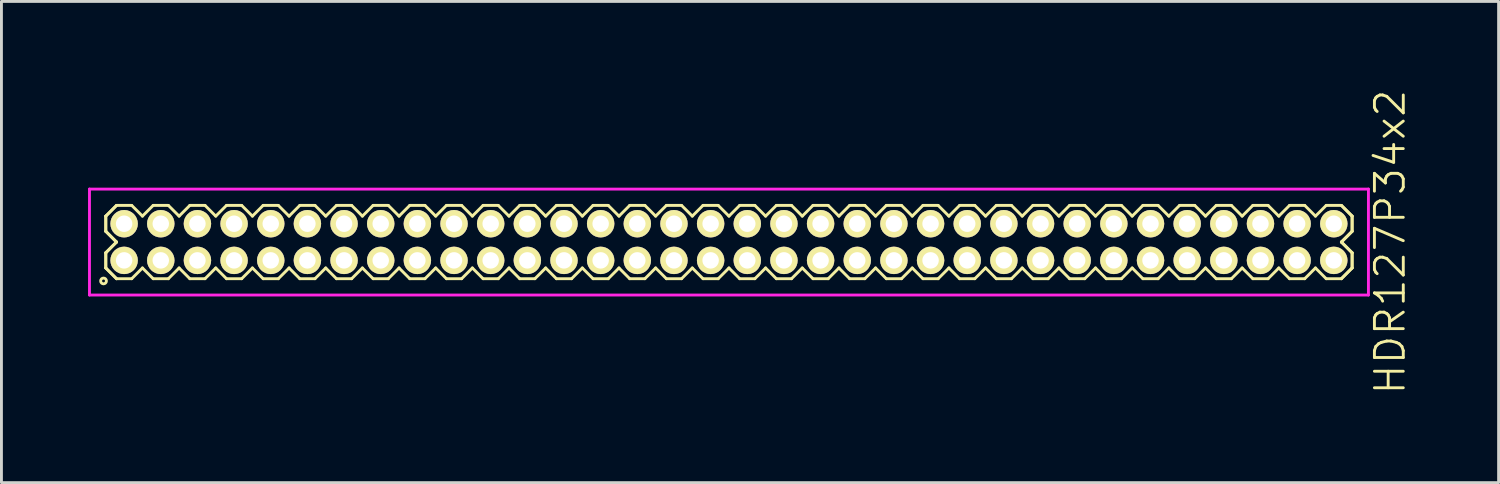
<source format=kicad_pcb>
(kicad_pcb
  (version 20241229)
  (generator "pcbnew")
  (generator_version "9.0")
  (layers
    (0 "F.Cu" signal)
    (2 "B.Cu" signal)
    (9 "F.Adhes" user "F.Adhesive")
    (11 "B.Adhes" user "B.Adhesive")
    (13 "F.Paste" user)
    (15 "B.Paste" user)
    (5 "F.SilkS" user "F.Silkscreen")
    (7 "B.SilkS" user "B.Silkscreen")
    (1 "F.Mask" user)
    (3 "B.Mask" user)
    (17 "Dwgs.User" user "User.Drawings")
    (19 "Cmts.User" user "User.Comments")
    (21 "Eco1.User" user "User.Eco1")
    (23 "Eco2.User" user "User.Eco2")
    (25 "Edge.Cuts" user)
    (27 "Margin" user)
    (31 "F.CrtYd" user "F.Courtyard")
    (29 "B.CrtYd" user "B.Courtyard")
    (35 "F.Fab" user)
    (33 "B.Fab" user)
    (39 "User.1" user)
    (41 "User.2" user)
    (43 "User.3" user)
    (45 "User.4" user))
  (footprint "HDR127P34x2"
    (layer "F.Cu")
    (at 22.205 5.336)
    (property "Reference" "HDR127P34x2" (at 22.905 0 90) (layer "F.SilkS") (effects (font (size 1 1) (thickness 0.1))))
    (attr through_hole)
    (fp_line (start -21.59 -0.898) (end -21.218 -1.27) (stroke (width 0.1) (type solid)) (layer "F.SilkS"))
    (fp_line (start -21.59 -0.898) (end -21.218 -1.27) (stroke (width 0.1) (type solid)) (layer "F.SilkS"))
    (fp_line (start -21.59 -0.372) (end -21.59 -0.898) (stroke (width 0.1) (type solid)) (layer "F.SilkS"))
    (fp_line (start -21.59 -0.372) (end -21.59 -0.898) (stroke (width 0.1) (type solid)) (layer "F.SilkS"))
    (fp_line (start -21.59 0.372) (end -21.218 0) (stroke (width 0.1) (type solid)) (layer "F.SilkS"))
    (fp_line (start -21.59 0.372) (end -21.218 0) (stroke (width 0.1) (type solid)) (layer "F.SilkS"))
    (fp_line (start -21.59 0.898) (end -21.59 0.372) (stroke (width 0.1) (type solid)) (layer "F.SilkS"))
    (fp_line (start -21.59 0.898) (end -21.59 0.372) (stroke (width 0.1) (type solid)) (layer "F.SilkS"))
    (fp_line (start -21.218 -1.27) (end -20.692 -1.27) (stroke (width 0.1) (type solid)) (layer "F.SilkS"))
    (fp_line (start -21.218 0) (end -21.59 -0.372) (stroke (width 0.1) (type solid)) (layer "F.SilkS"))
    (fp_line (start -21.218 0) (end -21.59 -0.372) (stroke (width 0.1) (type solid)) (layer "F.SilkS"))
    (fp_line (start -21.218 1.27) (end -21.59 0.898) (stroke (width 0.1) (type solid)) (layer "F.SilkS"))
    (fp_line (start -21.218 1.27) (end -21.59 0.898) (stroke (width 0.1) (type solid)) (layer "F.SilkS"))
    (fp_line (start -20.692 -1.27) (end -20.32 -0.898) (stroke (width 0.1) (type solid)) (layer "F.SilkS"))
    (fp_line (start -20.692 1.27) (end -21.218 1.27) (stroke (width 0.1) (type solid)) (layer "F.SilkS"))
    (fp_line (start -20.32 -0.898) (end -19.948 -1.27) (stroke (width 0.1) (type solid)) (layer "F.SilkS"))
    (fp_line (start -20.32 0.898) (end -20.692 1.27) (stroke (width 0.1) (type solid)) (layer "F.SilkS"))
    (fp_line (start -19.948 -1.27) (end -19.422 -1.27) (stroke (width 0.1) (type solid)) (layer "F.SilkS"))
    (fp_line (start -19.948 1.27) (end -20.32 0.898) (stroke (width 0.1) (type solid)) (layer "F.SilkS"))
    (fp_line (start -19.422 -1.27) (end -19.05 -0.898) (stroke (width 0.1) (type solid)) (layer "F.SilkS"))
    (fp_line (start -19.422 1.27) (end -19.948 1.27) (stroke (width 0.1) (type solid)) (layer "F.SilkS"))
    (fp_line (start -19.05 -0.898) (end -18.678 -1.27) (stroke (width 0.1) (type solid)) (layer "F.SilkS"))
    (fp_line (start -19.05 0.898) (end -19.422 1.27) (stroke (width 0.1) (type solid)) (layer "F.SilkS"))
    (fp_line (start -18.678 -1.27) (end -18.152 -1.27) (stroke (width 0.1) (type solid)) (layer "F.SilkS"))
    (fp_line (start -18.678 1.27) (end -19.05 0.898) (stroke (width 0.1) (type solid)) (layer "F.SilkS"))
    (fp_line (start -18.152 -1.27) (end -17.78 -0.898) (stroke (width 0.1) (type solid)) (layer "F.SilkS"))
    (fp_line (start -18.152 1.27) (end -18.678 1.27) (stroke (width 0.1) (type solid)) (layer "F.SilkS"))
    (fp_line (start -17.78 -0.898) (end -17.408 -1.27) (stroke (width 0.1) (type solid)) (layer "F.SilkS"))
    (fp_line (start -17.78 0.898) (end -18.152 1.27) (stroke (width 0.1) (type solid)) (layer "F.SilkS"))
    (fp_line (start -17.408 -1.27) (end -16.882 -1.27) (stroke (width 0.1) (type solid)) (layer "F.SilkS"))
    (fp_line (start -17.408 1.27) (end -17.78 0.898) (stroke (width 0.1) (type solid)) (layer "F.SilkS"))
    (fp_line (start -16.882 -1.27) (end -16.51 -0.898) (stroke (width 0.1) (type solid)) (layer "F.SilkS"))
    (fp_line (start -16.882 1.27) (end -17.408 1.27) (stroke (width 0.1) (type solid)) (layer "F.SilkS"))
    (fp_line (start -16.51 -0.898) (end -16.138 -1.27) (stroke (width 0.1) (type solid)) (layer "F.SilkS"))
    (fp_line (start -16.51 0.898) (end -16.882 1.27) (stroke (width 0.1) (type solid)) (layer "F.SilkS"))
    (fp_line (start -16.138 -1.27) (end -15.612 -1.27) (stroke (width 0.1) (type solid)) (layer "F.SilkS"))
    (fp_line (start -16.138 1.27) (end -16.51 0.898) (stroke (width 0.1) (type solid)) (layer "F.SilkS"))
    (fp_line (start -15.612 -1.27) (end -15.24 -0.898) (stroke (width 0.1) (type solid)) (layer "F.SilkS"))
    (fp_line (start -15.612 1.27) (end -16.138 1.27) (stroke (width 0.1) (type solid)) (layer "F.SilkS"))
    (fp_line (start -15.24 -0.898) (end -14.868 -1.27) (stroke (width 0.1) (type solid)) (layer "F.SilkS"))
    (fp_line (start -15.24 0.898) (end -15.612 1.27) (stroke (width 0.1) (type solid)) (layer "F.SilkS"))
    (fp_line (start -14.868 -1.27) (end -14.342 -1.27) (stroke (width 0.1) (type solid)) (layer "F.SilkS"))
    (fp_line (start -14.868 1.27) (end -15.24 0.898) (stroke (width 0.1) (type solid)) (layer "F.SilkS"))
    (fp_line (start -14.342 -1.27) (end -13.97 -0.898) (stroke (width 0.1) (type solid)) (layer "F.SilkS"))
    (fp_line (start -14.342 1.27) (end -14.868 1.27) (stroke (width 0.1) (type solid)) (layer "F.SilkS"))
    (fp_line (start -13.97 -0.898) (end -13.598 -1.27) (stroke (width 0.1) (type solid)) (layer "F.SilkS"))
    (fp_line (start -13.97 0.898) (end -14.342 1.27) (stroke (width 0.1) (type solid)) (layer "F.SilkS"))
    (fp_line (start -13.598 -1.27) (end -13.072 -1.27) (stroke (width 0.1) (type solid)) (layer "F.SilkS"))
    (fp_line (start -13.598 1.27) (end -13.97 0.898) (stroke (width 0.1) (type solid)) (layer "F.SilkS"))
    (fp_line (start -13.072 -1.27) (end -12.7 -0.898) (stroke (width 0.1) (type solid)) (layer "F.SilkS"))
    (fp_line (start -13.072 1.27) (end -13.598 1.27) (stroke (width 0.1) (type solid)) (layer "F.SilkS"))
    (fp_line (start -12.7 -0.898) (end -12.328 -1.27) (stroke (width 0.1) (type solid)) (layer "F.SilkS"))
    (fp_line (start -12.7 0.898) (end -13.072 1.27) (stroke (width 0.1) (type solid)) (layer "F.SilkS"))
    (fp_line (start -12.328 -1.27) (end -11.802 -1.27) (stroke (width 0.1) (type solid)) (layer "F.SilkS"))
    (fp_line (start -12.328 1.27) (end -12.7 0.898) (stroke (width 0.1) (type solid)) (layer "F.SilkS"))
    (fp_line (start -11.802 -1.27) (end -11.43 -0.898) (stroke (width 0.1) (type solid)) (layer "F.SilkS"))
    (fp_line (start -11.802 1.27) (end -12.328 1.27) (stroke (width 0.1) (type solid)) (layer "F.SilkS"))
    (fp_line (start -11.43 -0.898) (end -11.058 -1.27) (stroke (width 0.1) (type solid)) (layer "F.SilkS"))
    (fp_line (start -11.43 0.898) (end -11.802 1.27) (stroke (width 0.1) (type solid)) (layer "F.SilkS"))
    (fp_line (start -11.058 -1.27) (end -10.532 -1.27) (stroke (width 0.1) (type solid)) (layer "F.SilkS"))
    (fp_line (start -11.058 1.27) (end -11.43 0.898) (stroke (width 0.1) (type solid)) (layer "F.SilkS"))
    (fp_line (start -10.532 -1.27) (end -10.16 -0.898) (stroke (width 0.1) (type solid)) (layer "F.SilkS"))
    (fp_line (start -10.532 1.27) (end -11.058 1.27) (stroke (width 0.1) (type solid)) (layer "F.SilkS"))
    (fp_line (start -10.16 -0.898) (end -9.788 -1.27) (stroke (width 0.1) (type solid)) (layer "F.SilkS"))
    (fp_line (start -10.16 0.898) (end -10.532 1.27) (stroke (width 0.1) (type solid)) (layer "F.SilkS"))
    (fp_line (start -9.788 -1.27) (end -9.262 -1.27) (stroke (width 0.1) (type solid)) (layer "F.SilkS"))
    (fp_line (start -9.788 1.27) (end -10.16 0.898) (stroke (width 0.1) (type solid)) (layer "F.SilkS"))
    (fp_line (start -9.262 -1.27) (end -8.89 -0.898) (stroke (width 0.1) (type solid)) (layer "F.SilkS"))
    (fp_line (start -9.262 1.27) (end -9.788 1.27) (stroke (width 0.1) (type solid)) (layer "F.SilkS"))
    (fp_line (start -8.89 -0.898) (end -8.518 -1.27) (stroke (width 0.1) (type solid)) (layer "F.SilkS"))
    (fp_line (start -8.89 0.898) (end -9.262 1.27) (stroke (width 0.1) (type solid)) (layer "F.SilkS"))
    (fp_line (start -8.518 -1.27) (end -7.992 -1.27) (stroke (width 0.1) (type solid)) (layer "F.SilkS"))
    (fp_line (start -8.518 1.27) (end -8.89 0.898) (stroke (width 0.1) (type solid)) (layer "F.SilkS"))
    (fp_line (start -7.992 -1.27) (end -7.62 -0.898) (stroke (width 0.1) (type solid)) (layer "F.SilkS"))
    (fp_line (start -7.992 1.27) (end -8.518 1.27) (stroke (width 0.1) (type solid)) (layer "F.SilkS"))
    (fp_line (start -7.62 -0.898) (end -7.248 -1.27) (stroke (width 0.1) (type solid)) (layer "F.SilkS"))
    (fp_line (start -7.62 0.898) (end -7.992 1.27) (stroke (width 0.1) (type solid)) (layer "F.SilkS"))
    (fp_line (start -7.248 -1.27) (end -6.722 -1.27) (stroke (width 0.1) (type solid)) (layer "F.SilkS"))
    (fp_line (start -7.248 1.27) (end -7.62 0.898) (stroke (width 0.1) (type solid)) (layer "F.SilkS"))
    (fp_line (start -6.722 -1.27) (end -6.35 -0.898) (stroke (width 0.1) (type solid)) (layer "F.SilkS"))
    (fp_line (start -6.722 1.27) (end -7.248 1.27) (stroke (width 0.1) (type solid)) (layer "F.SilkS"))
    (fp_line (start -6.35 -0.898) (end -5.978 -1.27) (stroke (width 0.1) (type solid)) (layer "F.SilkS"))
    (fp_line (start -6.35 0.898) (end -6.722 1.27) (stroke (width 0.1) (type solid)) (layer "F.SilkS"))
    (fp_line (start -5.978 -1.27) (end -5.452 -1.27) (stroke (width 0.1) (type solid)) (layer "F.SilkS"))
    (fp_line (start -5.978 1.27) (end -6.35 0.898) (stroke (width 0.1) (type solid)) (layer "F.SilkS"))
    (fp_line (start -5.452 -1.27) (end -5.08 -0.898) (stroke (width 0.1) (type solid)) (layer "F.SilkS"))
    (fp_line (start -5.452 1.27) (end -5.978 1.27) (stroke (width 0.1) (type solid)) (layer "F.SilkS"))
    (fp_line (start -5.08 -0.898) (end -4.708 -1.27) (stroke (width 0.1) (type solid)) (layer "F.SilkS"))
    (fp_line (start -5.08 0.898) (end -5.452 1.27) (stroke (width 0.1) (type solid)) (layer "F.SilkS"))
    (fp_line (start -4.708 -1.27) (end -4.182 -1.27) (stroke (width 0.1) (type solid)) (layer "F.SilkS"))
    (fp_line (start -4.708 1.27) (end -5.08 0.898) (stroke (width 0.1) (type solid)) (layer "F.SilkS"))
    (fp_line (start -4.182 -1.27) (end -3.81 -0.898) (stroke (width 0.1) (type solid)) (layer "F.SilkS"))
    (fp_line (start -4.182 1.27) (end -4.708 1.27) (stroke (width 0.1) (type solid)) (layer "F.SilkS"))
    (fp_line (start -3.81 -0.898) (end -3.438 -1.27) (stroke (width 0.1) (type solid)) (layer "F.SilkS"))
    (fp_line (start -3.81 0.898) (end -4.182 1.27) (stroke (width 0.1) (type solid)) (layer "F.SilkS"))
    (fp_line (start -3.438 -1.27) (end -2.912 -1.27) (stroke (width 0.1) (type solid)) (layer "F.SilkS"))
    (fp_line (start -3.438 1.27) (end -3.81 0.898) (stroke (width 0.1) (type solid)) (layer "F.SilkS"))
    (fp_line (start -2.912 -1.27) (end -2.54 -0.898) (stroke (width 0.1) (type solid)) (layer "F.SilkS"))
    (fp_line (start -2.912 1.27) (end -3.438 1.27) (stroke (width 0.1) (type solid)) (layer "F.SilkS"))
    (fp_line (start -2.54 -0.898) (end -2.168 -1.27) (stroke (width 0.1) (type solid)) (layer "F.SilkS"))
    (fp_line (start -2.54 0.898) (end -2.912 1.27) (stroke (width 0.1) (type solid)) (layer "F.SilkS"))
    (fp_line (start -2.168 -1.27) (end -1.642 -1.27) (stroke (width 0.1) (type solid)) (layer "F.SilkS"))
    (fp_line (start -2.168 1.27) (end -2.54 0.898) (stroke (width 0.1) (type solid)) (layer "F.SilkS"))
    (fp_line (start -1.642 -1.27) (end -1.27 -0.898) (stroke (width 0.1) (type solid)) (layer "F.SilkS"))
    (fp_line (start -1.642 1.27) (end -2.168 1.27) (stroke (width 0.1) (type solid)) (layer "F.SilkS"))
    (fp_line (start -1.27 -0.898) (end -0.898 -1.27) (stroke (width 0.1) (type solid)) (layer "F.SilkS"))
    (fp_line (start -1.27 0.898) (end -1.642 1.27) (stroke (width 0.1) (type solid)) (layer "F.SilkS"))
    (fp_line (start -0.898 -1.27) (end -0.372 -1.27) (stroke (width 0.1) (type solid)) (layer "F.SilkS"))
    (fp_line (start -0.898 1.27) (end -1.27 0.898) (stroke (width 0.1) (type solid)) (layer "F.SilkS"))
    (fp_line (start -0.372 -1.27) (end 0 -0.898) (stroke (width 0.1) (type solid)) (layer "F.SilkS"))
    (fp_line (start -0.372 1.27) (end -0.898 1.27) (stroke (width 0.1) (type solid)) (layer "F.SilkS"))
    (fp_line (start 0 -0.898) (end 0.372 -1.27) (stroke (width 0.1) (type solid)) (layer "F.SilkS"))
    (fp_line (start 0 0.898) (end -0.372 1.27) (stroke (width 0.1) (type solid)) (layer "F.SilkS"))
    (fp_line (start 0.372 -1.27) (end 0.898 -1.27) (stroke (width 0.1) (type solid)) (layer "F.SilkS"))
    (fp_line (start 0.372 1.27) (end 0 0.898) (stroke (width 0.1) (type solid)) (layer "F.SilkS"))
    (fp_line (start 0.898 -1.27) (end 1.27 -0.898) (stroke (width 0.1) (type solid)) (layer "F.SilkS"))
    (fp_line (start 0.898 1.27) (end 0.372 1.27) (stroke (width 0.1) (type solid)) (layer "F.SilkS"))
    (fp_line (start 1.27 -0.898) (end 1.642 -1.27) (stroke (width 0.1) (type solid)) (layer "F.SilkS"))
    (fp_line (start 1.27 0.898) (end 0.898 1.27) (stroke (width 0.1) (type solid)) (layer "F.SilkS"))
    (fp_line (start 1.642 -1.27) (end 2.168 -1.27) (stroke (width 0.1) (type solid)) (layer "F.SilkS"))
    (fp_line (start 1.642 1.27) (end 1.27 0.898) (stroke (width 0.1) (type solid)) (layer "F.SilkS"))
    (fp_line (start 2.168 -1.27) (end 2.54 -0.898) (stroke (width 0.1) (type solid)) (layer "F.SilkS"))
    (fp_line (start 2.168 1.27) (end 1.642 1.27) (stroke (width 0.1) (type solid)) (layer "F.SilkS"))
    (fp_line (start 2.54 -0.898) (end 2.912 -1.27) (stroke (width 0.1) (type solid)) (layer "F.SilkS"))
    (fp_line (start 2.54 0.898) (end 2.168 1.27) (stroke (width 0.1) (type solid)) (layer "F.SilkS"))
    (fp_line (start 2.912 -1.27) (end 3.438 -1.27) (stroke (width 0.1) (type solid)) (layer "F.SilkS"))
    (fp_line (start 2.912 1.27) (end 2.54 0.898) (stroke (width 0.1) (type solid)) (layer "F.SilkS"))
    (fp_line (start 3.438 -1.27) (end 3.81 -0.898) (stroke (width 0.1) (type solid)) (layer "F.SilkS"))
    (fp_line (start 3.438 1.27) (end 2.912 1.27) (stroke (width 0.1) (type solid)) (layer "F.SilkS"))
    (fp_line (start 3.81 -0.898) (end 4.182 -1.27) (stroke (width 0.1) (type solid)) (layer "F.SilkS"))
    (fp_line (start 3.81 0.898) (end 3.438 1.27) (stroke (width 0.1) (type solid)) (layer "F.SilkS"))
    (fp_line (start 4.182 -1.27) (end 4.708 -1.27) (stroke (width 0.1) (type solid)) (layer "F.SilkS"))
    (fp_line (start 4.182 1.27) (end 3.81 0.898) (stroke (width 0.1) (type solid)) (layer "F.SilkS"))
    (fp_line (start 4.708 -1.27) (end 5.08 -0.898) (stroke (width 0.1) (type solid)) (layer "F.SilkS"))
    (fp_line (start 4.708 1.27) (end 4.182 1.27) (stroke (width 0.1) (type solid)) (layer "F.SilkS"))
    (fp_line (start 5.08 -0.898) (end 5.452 -1.27) (stroke (width 0.1) (type solid)) (layer "F.SilkS"))
    (fp_line (start 5.08 0.898) (end 4.708 1.27) (stroke (width 0.1) (type solid)) (layer "F.SilkS"))
    (fp_line (start 5.452 -1.27) (end 5.978 -1.27) (stroke (width 0.1) (type solid)) (layer "F.SilkS"))
    (fp_line (start 5.452 1.27) (end 5.08 0.898) (stroke (width 0.1) (type solid)) (layer "F.SilkS"))
    (fp_line (start 5.978 -1.27) (end 6.35 -0.898) (stroke (width 0.1) (type solid)) (layer "F.SilkS"))
    (fp_line (start 5.978 1.27) (end 5.452 1.27) (stroke (width 0.1) (type solid)) (layer "F.SilkS"))
    (fp_line (start 6.35 -0.898) (end 6.722 -1.27) (stroke (width 0.1) (type solid)) (layer "F.SilkS"))
    (fp_line (start 6.35 0.898) (end 5.978 1.27) (stroke (width 0.1) (type solid)) (layer "F.SilkS"))
    (fp_line (start 6.722 -1.27) (end 7.248 -1.27) (stroke (width 0.1) (type solid)) (layer "F.SilkS"))
    (fp_line (start 6.722 1.27) (end 6.35 0.898) (stroke (width 0.1) (type solid)) (layer "F.SilkS"))
    (fp_line (start 7.248 -1.27) (end 7.62 -0.898) (stroke (width 0.1) (type solid)) (layer "F.SilkS"))
    (fp_line (start 7.248 1.27) (end 6.722 1.27) (stroke (width 0.1) (type solid)) (layer "F.SilkS"))
    (fp_line (start 7.62 -0.898) (end 7.992 -1.27) (stroke (width 0.1) (type solid)) (layer "F.SilkS"))
    (fp_line (start 7.62 0.898) (end 7.248 1.27) (stroke (width 0.1) (type solid)) (layer "F.SilkS"))
    (fp_line (start 7.992 -1.27) (end 8.518 -1.27) (stroke (width 0.1) (type solid)) (layer "F.SilkS"))
    (fp_line (start 7.992 1.27) (end 7.62 0.898) (stroke (width 0.1) (type solid)) (layer "F.SilkS"))
    (fp_line (start 8.518 -1.27) (end 8.89 -0.898) (stroke (width 0.1) (type solid)) (layer "F.SilkS"))
    (fp_line (start 8.518 1.27) (end 7.992 1.27) (stroke (width 0.1) (type solid)) (layer "F.SilkS"))
    (fp_line (start 8.89 -0.898) (end 9.262 -1.27) (stroke (width 0.1) (type solid)) (layer "F.SilkS"))
    (fp_line (start 8.89 0.898) (end 8.518 1.27) (stroke (width 0.1) (type solid)) (layer "F.SilkS"))
    (fp_line (start 9.262 -1.27) (end 9.788 -1.27) (stroke (width 0.1) (type solid)) (layer "F.SilkS"))
    (fp_line (start 9.262 1.27) (end 8.89 0.898) (stroke (width 0.1) (type solid)) (layer "F.SilkS"))
    (fp_line (start 9.788 -1.27) (end 10.16 -0.898) (stroke (width 0.1) (type solid)) (layer "F.SilkS"))
    (fp_line (start 9.788 1.27) (end 9.262 1.27) (stroke (width 0.1) (type solid)) (layer "F.SilkS"))
    (fp_line (start 10.16 -0.898) (end 10.532 -1.27) (stroke (width 0.1) (type solid)) (layer "F.SilkS"))
    (fp_line (start 10.16 0.898) (end 9.788 1.27) (stroke (width 0.1) (type solid)) (layer "F.SilkS"))
    (fp_line (start 10.532 -1.27) (end 11.058 -1.27) (stroke (width 0.1) (type solid)) (layer "F.SilkS"))
    (fp_line (start 10.532 1.27) (end 10.16 0.898) (stroke (width 0.1) (type solid)) (layer "F.SilkS"))
    (fp_line (start 11.058 -1.27) (end 11.43 -0.898) (stroke (width 0.1) (type solid)) (layer "F.SilkS"))
    (fp_line (start 11.058 1.27) (end 10.532 1.27) (stroke (width 0.1) (type solid)) (layer "F.SilkS"))
    (fp_line (start 11.43 -0.898) (end 11.802 -1.27) (stroke (width 0.1) (type solid)) (layer "F.SilkS"))
    (fp_line (start 11.43 0.898) (end 11.058 1.27) (stroke (width 0.1) (type solid)) (layer "F.SilkS"))
    (fp_line (start 11.802 -1.27) (end 12.328 -1.27) (stroke (width 0.1) (type solid)) (layer "F.SilkS"))
    (fp_line (start 11.802 1.27) (end 11.43 0.898) (stroke (width 0.1) (type solid)) (layer "F.SilkS"))
    (fp_line (start 12.328 -1.27) (end 12.7 -0.898) (stroke (width 0.1) (type solid)) (layer "F.SilkS"))
    (fp_line (start 12.328 1.27) (end 11.802 1.27) (stroke (width 0.1) (type solid)) (layer "F.SilkS"))
    (fp_line (start 12.7 -0.898) (end 13.072 -1.27) (stroke (width 0.1) (type solid)) (layer "F.SilkS"))
    (fp_line (start 12.7 0.898) (end 12.328 1.27) (stroke (width 0.1) (type solid)) (layer "F.SilkS"))
    (fp_line (start 13.072 -1.27) (end 13.598 -1.27) (stroke (width 0.1) (type solid)) (layer "F.SilkS"))
    (fp_line (start 13.072 1.27) (end 12.7 0.898) (stroke (width 0.1) (type solid)) (layer "F.SilkS"))
    (fp_line (start 13.598 -1.27) (end 13.97 -0.898) (stroke (width 0.1) (type solid)) (layer "F.SilkS"))
    (fp_line (start 13.598 1.27) (end 13.072 1.27) (stroke (width 0.1) (type solid)) (layer "F.SilkS"))
    (fp_line (start 13.97 -0.898) (end 14.342 -1.27) (stroke (width 0.1) (type solid)) (layer "F.SilkS"))
    (fp_line (start 13.97 0.898) (end 13.598 1.27) (stroke (width 0.1) (type solid)) (layer "F.SilkS"))
    (fp_line (start 14.342 -1.27) (end 14.868 -1.27) (stroke (width 0.1) (type solid)) (layer "F.SilkS"))
    (fp_line (start 14.342 1.27) (end 13.97 0.898) (stroke (width 0.1) (type solid)) (layer "F.SilkS"))
    (fp_line (start 14.868 -1.27) (end 15.24 -0.898) (stroke (width 0.1) (type solid)) (layer "F.SilkS"))
    (fp_line (start 14.868 1.27) (end 14.342 1.27) (stroke (width 0.1) (type solid)) (layer "F.SilkS"))
    (fp_line (start 15.24 -0.898) (end 15.612 -1.27) (stroke (width 0.1) (type solid)) (layer "F.SilkS"))
    (fp_line (start 15.24 0.898) (end 14.868 1.27) (stroke (width 0.1) (type solid)) (layer "F.SilkS"))
    (fp_line (start 15.612 -1.27) (end 16.138 -1.27) (stroke (width 0.1) (type solid)) (layer "F.SilkS"))
    (fp_line (start 15.612 1.27) (end 15.24 0.898) (stroke (width 0.1) (type solid)) (layer "F.SilkS"))
    (fp_line (start 16.138 -1.27) (end 16.51 -0.898) (stroke (width 0.1) (type solid)) (layer "F.SilkS"))
    (fp_line (start 16.138 1.27) (end 15.612 1.27) (stroke (width 0.1) (type solid)) (layer "F.SilkS"))
    (fp_line (start 16.51 -0.898) (end 16.882 -1.27) (stroke (width 0.1) (type solid)) (layer "F.SilkS"))
    (fp_line (start 16.51 0.898) (end 16.138 1.27) (stroke (width 0.1) (type solid)) (layer "F.SilkS"))
    (fp_line (start 16.882 -1.27) (end 17.408 -1.27) (stroke (width 0.1) (type solid)) (layer "F.SilkS"))
    (fp_line (start 16.882 1.27) (end 16.51 0.898) (stroke (width 0.1) (type solid)) (layer "F.SilkS"))
    (fp_line (start 17.408 -1.27) (end 17.78 -0.898) (stroke (width 0.1) (type solid)) (layer "F.SilkS"))
    (fp_line (start 17.408 1.27) (end 16.882 1.27) (stroke (width 0.1) (type solid)) (layer "F.SilkS"))
    (fp_line (start 17.78 -0.898) (end 18.152 -1.27) (stroke (width 0.1) (type solid)) (layer "F.SilkS"))
    (fp_line (start 17.78 0.898) (end 17.408 1.27) (stroke (width 0.1) (type solid)) (layer "F.SilkS"))
    (fp_line (start 18.152 -1.27) (end 18.678 -1.27) (stroke (width 0.1) (type solid)) (layer "F.SilkS"))
    (fp_line (start 18.152 1.27) (end 17.78 0.898) (stroke (width 0.1) (type solid)) (layer "F.SilkS"))
    (fp_line (start 18.678 -1.27) (end 19.05 -0.898) (stroke (width 0.1) (type solid)) (layer "F.SilkS"))
    (fp_line (start 18.678 1.27) (end 18.152 1.27) (stroke (width 0.1) (type solid)) (layer "F.SilkS"))
    (fp_line (start 19.05 -0.898) (end 19.422 -1.27) (stroke (width 0.1) (type solid)) (layer "F.SilkS"))
    (fp_line (start 19.05 0.898) (end 18.678 1.27) (stroke (width 0.1) (type solid)) (layer "F.SilkS"))
    (fp_line (start 19.422 -1.27) (end 19.948 -1.27) (stroke (width 0.1) (type solid)) (layer "F.SilkS"))
    (fp_line (start 19.422 1.27) (end 19.05 0.898) (stroke (width 0.1) (type solid)) (layer "F.SilkS"))
    (fp_line (start 19.948 -1.27) (end 20.32 -0.898) (stroke (width 0.1) (type solid)) (layer "F.SilkS"))
    (fp_line (start 19.948 1.27) (end 19.422 1.27) (stroke (width 0.1) (type solid)) (layer "F.SilkS"))
    (fp_line (start 20.32 -0.898) (end 20.692 -1.27) (stroke (width 0.1) (type solid)) (layer "F.SilkS"))
    (fp_line (start 20.32 0.898) (end 19.948 1.27) (stroke (width 0.1) (type solid)) (layer "F.SilkS"))
    (fp_line (start 20.692 -1.27) (end 21.218 -1.27) (stroke (width 0.1) (type solid)) (layer "F.SilkS"))
    (fp_line (start 20.692 1.27) (end 20.32 0.898) (stroke (width 0.1) (type solid)) (layer "F.SilkS"))
    (fp_line (start 21.218 -1.27) (end 21.59 -0.898) (stroke (width 0.1) (type solid)) (layer "F.SilkS"))
    (fp_line (start 21.218 -1.27) (end 21.59 -0.898) (stroke (width 0.1) (type solid)) (layer "F.SilkS"))
    (fp_line (start 21.218 0) (end 21.59 0.372) (stroke (width 0.1) (type solid)) (layer "F.SilkS"))
    (fp_line (start 21.218 0) (end 21.59 0.372) (stroke (width 0.1) (type solid)) (layer "F.SilkS"))
    (fp_line (start 21.218 1.27) (end 20.692 1.27) (stroke (width 0.1) (type solid)) (layer "F.SilkS"))
    (fp_line (start 21.59 -0.898) (end 21.59 -0.372) (stroke (width 0.1) (type solid)) (layer "F.SilkS"))
    (fp_line (start 21.59 -0.898) (end 21.59 -0.372) (stroke (width 0.1) (type solid)) (layer "F.SilkS"))
    (fp_line (start 21.59 -0.372) (end 21.218 0) (stroke (width 0.1) (type solid)) (layer "F.SilkS"))
    (fp_line (start 21.59 -0.372) (end 21.218 0) (stroke (width 0.1) (type solid)) (layer "F.SilkS"))
    (fp_line (start 21.59 0.372) (end 21.59 0.898) (stroke (width 0.1) (type solid)) (layer "F.SilkS"))
    (fp_line (start 21.59 0.372) (end 21.59 0.898) (stroke (width 0.1) (type solid)) (layer "F.SilkS"))
    (fp_line (start 21.59 0.898) (end 21.218 1.27) (stroke (width 0.1) (type solid)) (layer "F.SilkS"))
    (fp_line (start 21.59 0.898) (end 21.218 1.27) (stroke (width 0.1) (type solid)) (layer "F.SilkS"))
    (fp_circle (center -21.668 1.348) (end -21.568 1.348) (stroke (width 0.1) (type solid)) (fill no) (layer "F.SilkS"))
    (fp_line (start -22.155 -1.835) (end -22.155 1.835) (stroke (width 0.1) (type solid)) (layer "F.CrtYd"))
    (fp_line (start -22.155 1.835) (end 22.155 1.835) (stroke (width 0.1) (type solid)) (layer "F.CrtYd"))
    (fp_line (start 22.155 -1.835) (end -22.155 -1.835) (stroke (width 0.1) (type solid)) (layer "F.CrtYd"))
    (fp_line (start 22.155 1.835) (end 22.155 -1.835) (stroke (width 0.1) (type solid)) (layer "F.CrtYd"))
    (pad "1" thru_hole oval (at -20.955 0.635) (size 0.95 0.95) (drill 0.57) (layers "*.Cu" "*.Mask" "F.SilkS"))
    (pad "2" thru_hole oval (at -20.955 -0.635) (size 0.95 0.95) (drill 0.57) (layers "*.Cu" "*.Mask" "F.SilkS"))
    (pad "3" thru_hole oval (at -19.685 0.635) (size 0.95 0.95) (drill 0.57) (layers "*.Cu" "*.Mask" "F.SilkS"))
    (pad "4" thru_hole oval (at -19.685 -0.635) (size 0.95 0.95) (drill 0.57) (layers "*.Cu" "*.Mask" "F.SilkS"))
    (pad "5" thru_hole oval (at -18.415 0.635) (size 0.95 0.95) (drill 0.57) (layers "*.Cu" "*.Mask" "F.SilkS"))
    (pad "6" thru_hole oval (at -18.415 -0.635) (size 0.95 0.95) (drill 0.57) (layers "*.Cu" "*.Mask" "F.SilkS"))
    (pad "7" thru_hole oval (at -17.145 0.635) (size 0.95 0.95) (drill 0.57) (layers "*.Cu" "*.Mask" "F.SilkS"))
    (pad "8" thru_hole oval (at -17.145 -0.635) (size 0.95 0.95) (drill 0.57) (layers "*.Cu" "*.Mask" "F.SilkS"))
    (pad "9" thru_hole oval (at -15.875 0.635) (size 0.95 0.95) (drill 0.57) (layers "*.Cu" "*.Mask" "F.SilkS"))
    (pad "10" thru_hole oval (at -15.875 -0.635) (size 0.95 0.95) (drill 0.57) (layers "*.Cu" "*.Mask" "F.SilkS"))
    (pad "11" thru_hole oval (at -14.605 0.635) (size 0.95 0.95) (drill 0.57) (layers "*.Cu" "*.Mask" "F.SilkS"))
    (pad "12" thru_hole oval (at -14.605 -0.635) (size 0.95 0.95) (drill 0.57) (layers "*.Cu" "*.Mask" "F.SilkS"))
    (pad "13" thru_hole oval (at -13.335 0.635) (size 0.95 0.95) (drill 0.57) (layers "*.Cu" "*.Mask" "F.SilkS"))
    (pad "14" thru_hole oval (at -13.335 -0.635) (size 0.95 0.95) (drill 0.57) (layers "*.Cu" "*.Mask" "F.SilkS"))
    (pad "15" thru_hole oval (at -12.065 0.635) (size 0.95 0.95) (drill 0.57) (layers "*.Cu" "*.Mask" "F.SilkS"))
    (pad "16" thru_hole oval (at -12.065 -0.635) (size 0.95 0.95) (drill 0.57) (layers "*.Cu" "*.Mask" "F.SilkS"))
    (pad "17" thru_hole oval (at -10.795 0.635) (size 0.95 0.95) (drill 0.57) (layers "*.Cu" "*.Mask" "F.SilkS"))
    (pad "18" thru_hole oval (at -10.795 -0.635) (size 0.95 0.95) (drill 0.57) (layers "*.Cu" "*.Mask" "F.SilkS"))
    (pad "19" thru_hole oval (at -9.525 0.635) (size 0.95 0.95) (drill 0.57) (layers "*.Cu" "*.Mask" "F.SilkS"))
    (pad "20" thru_hole oval (at -9.525 -0.635) (size 0.95 0.95) (drill 0.57) (layers "*.Cu" "*.Mask" "F.SilkS"))
    (pad "21" thru_hole oval (at -8.255 0.635) (size 0.95 0.95) (drill 0.57) (layers "*.Cu" "*.Mask" "F.SilkS"))
    (pad "22" thru_hole oval (at -8.255 -0.635) (size 0.95 0.95) (drill 0.57) (layers "*.Cu" "*.Mask" "F.SilkS"))
    (pad "23" thru_hole oval (at -6.985 0.635) (size 0.95 0.95) (drill 0.57) (layers "*.Cu" "*.Mask" "F.SilkS"))
    (pad "24" thru_hole oval (at -6.985 -0.635) (size 0.95 0.95) (drill 0.57) (layers "*.Cu" "*.Mask" "F.SilkS"))
    (pad "25" thru_hole oval (at -5.715 0.635) (size 0.95 0.95) (drill 0.57) (layers "*.Cu" "*.Mask" "F.SilkS"))
    (pad "26" thru_hole oval (at -5.715 -0.635) (size 0.95 0.95) (drill 0.57) (layers "*.Cu" "*.Mask" "F.SilkS"))
    (pad "27" thru_hole oval (at -4.445 0.635) (size 0.95 0.95) (drill 0.57) (layers "*.Cu" "*.Mask" "F.SilkS"))
    (pad "28" thru_hole oval (at -4.445 -0.635) (size 0.95 0.95) (drill 0.57) (layers "*.Cu" "*.Mask" "F.SilkS"))
    (pad "29" thru_hole oval (at -3.175 0.635) (size 0.95 0.95) (drill 0.57) (layers "*.Cu" "*.Mask" "F.SilkS"))
    (pad "30" thru_hole oval (at -3.175 -0.635) (size 0.95 0.95) (drill 0.57) (layers "*.Cu" "*.Mask" "F.SilkS"))
    (pad "31" thru_hole oval (at -1.905 0.635) (size 0.95 0.95) (drill 0.57) (layers "*.Cu" "*.Mask" "F.SilkS"))
    (pad "32" thru_hole oval (at -1.905 -0.635) (size 0.95 0.95) (drill 0.57) (layers "*.Cu" "*.Mask" "F.SilkS"))
    (pad "33" thru_hole oval (at -0.635 0.635) (size 0.95 0.95) (drill 0.57) (layers "*.Cu" "*.Mask" "F.SilkS"))
    (pad "34" thru_hole oval (at -0.635 -0.635) (size 0.95 0.95) (drill 0.57) (layers "*.Cu" "*.Mask" "F.SilkS"))
    (pad "35" thru_hole oval (at 0.635 0.635) (size 0.95 0.95) (drill 0.57) (layers "*.Cu" "*.Mask" "F.SilkS"))
    (pad "36" thru_hole oval (at 0.635 -0.635) (size 0.95 0.95) (drill 0.57) (layers "*.Cu" "*.Mask" "F.SilkS"))
    (pad "37" thru_hole oval (at 1.905 0.635) (size 0.95 0.95) (drill 0.57) (layers "*.Cu" "*.Mask" "F.SilkS"))
    (pad "38" thru_hole oval (at 1.905 -0.635) (size 0.95 0.95) (drill 0.57) (layers "*.Cu" "*.Mask" "F.SilkS"))
    (pad "39" thru_hole oval (at 3.175 0.635) (size 0.95 0.95) (drill 0.57) (layers "*.Cu" "*.Mask" "F.SilkS"))
    (pad "40" thru_hole oval (at 3.175 -0.635) (size 0.95 0.95) (drill 0.57) (layers "*.Cu" "*.Mask" "F.SilkS"))
    (pad "41" thru_hole oval (at 4.445 0.635) (size 0.95 0.95) (drill 0.57) (layers "*.Cu" "*.Mask" "F.SilkS"))
    (pad "42" thru_hole oval (at 4.445 -0.635) (size 0.95 0.95) (drill 0.57) (layers "*.Cu" "*.Mask" "F.SilkS"))
    (pad "43" thru_hole oval (at 5.715 0.635) (size 0.95 0.95) (drill 0.57) (layers "*.Cu" "*.Mask" "F.SilkS"))
    (pad "44" thru_hole oval (at 5.715 -0.635) (size 0.95 0.95) (drill 0.57) (layers "*.Cu" "*.Mask" "F.SilkS"))
    (pad "45" thru_hole oval (at 6.985 0.635) (size 0.95 0.95) (drill 0.57) (layers "*.Cu" "*.Mask" "F.SilkS"))
    (pad "46" thru_hole oval (at 6.985 -0.635) (size 0.95 0.95) (drill 0.57) (layers "*.Cu" "*.Mask" "F.SilkS"))
    (pad "47" thru_hole oval (at 8.255 0.635) (size 0.95 0.95) (drill 0.57) (layers "*.Cu" "*.Mask" "F.SilkS"))
    (pad "48" thru_hole oval (at 8.255 -0.635) (size 0.95 0.95) (drill 0.57) (layers "*.Cu" "*.Mask" "F.SilkS"))
    (pad "49" thru_hole oval (at 9.525 0.635) (size 0.95 0.95) (drill 0.57) (layers "*.Cu" "*.Mask" "F.SilkS"))
    (pad "50" thru_hole oval (at 9.525 -0.635) (size 0.95 0.95) (drill 0.57) (layers "*.Cu" "*.Mask" "F.SilkS"))
    (pad "51" thru_hole oval (at 10.795 0.635) (size 0.95 0.95) (drill 0.57) (layers "*.Cu" "*.Mask" "F.SilkS"))
    (pad "52" thru_hole oval (at 10.795 -0.635) (size 0.95 0.95) (drill 0.57) (layers "*.Cu" "*.Mask" "F.SilkS"))
    (pad "53" thru_hole oval (at 12.065 0.635) (size 0.95 0.95) (drill 0.57) (layers "*.Cu" "*.Mask" "F.SilkS"))
    (pad "54" thru_hole oval (at 12.065 -0.635) (size 0.95 0.95) (drill 0.57) (layers "*.Cu" "*.Mask" "F.SilkS"))
    (pad "55" thru_hole oval (at 13.335 0.635) (size 0.95 0.95) (drill 0.57) (layers "*.Cu" "*.Mask" "F.SilkS"))
    (pad "56" thru_hole oval (at 13.335 -0.635) (size 0.95 0.95) (drill 0.57) (layers "*.Cu" "*.Mask" "F.SilkS"))
    (pad "57" thru_hole oval (at 14.605 0.635) (size 0.95 0.95) (drill 0.57) (layers "*.Cu" "*.Mask" "F.SilkS"))
    (pad "58" thru_hole oval (at 14.605 -0.635) (size 0.95 0.95) (drill 0.57) (layers "*.Cu" "*.Mask" "F.SilkS"))
    (pad "59" thru_hole oval (at 15.875 0.635) (size 0.95 0.95) (drill 0.57) (layers "*.Cu" "*.Mask" "F.SilkS"))
    (pad "60" thru_hole oval (at 15.875 -0.635) (size 0.95 0.95) (drill 0.57) (layers "*.Cu" "*.Mask" "F.SilkS"))
    (pad "61" thru_hole oval (at 17.145 0.635) (size 0.95 0.95) (drill 0.57) (layers "*.Cu" "*.Mask" "F.SilkS"))
    (pad "62" thru_hole oval (at 17.145 -0.635) (size 0.95 0.95) (drill 0.57) (layers "*.Cu" "*.Mask" "F.SilkS"))
    (pad "63" thru_hole oval (at 18.415 0.635) (size 0.95 0.95) (drill 0.57) (layers "*.Cu" "*.Mask" "F.SilkS"))
    (pad "64" thru_hole oval (at 18.415 -0.635) (size 0.95 0.95) (drill 0.57) (layers "*.Cu" "*.Mask" "F.SilkS"))
    (pad "65" thru_hole oval (at 19.685 0.635) (size 0.95 0.95) (drill 0.57) (layers "*.Cu" "*.Mask" "F.SilkS"))
    (pad "66" thru_hole oval (at 19.685 -0.635) (size 0.95 0.95) (drill 0.57) (layers "*.Cu" "*.Mask" "F.SilkS"))
    (pad "67" thru_hole oval (at 20.955 0.635) (size 0.95 0.95) (drill 0.57) (layers "*.Cu" "*.Mask" "F.SilkS"))
    (pad "68" thru_hole oval (at 20.955 -0.635) (size 0.95 0.95) (drill 0.57) (layers "*.Cu" "*.Mask" "F.SilkS")))
  (gr_rect
    (start -3 -3)
    (end 48.87 13.671)
    (stroke (width 0.1) (type default))
    (fill no)
    (layer "Edge.Cuts")))
</source>
